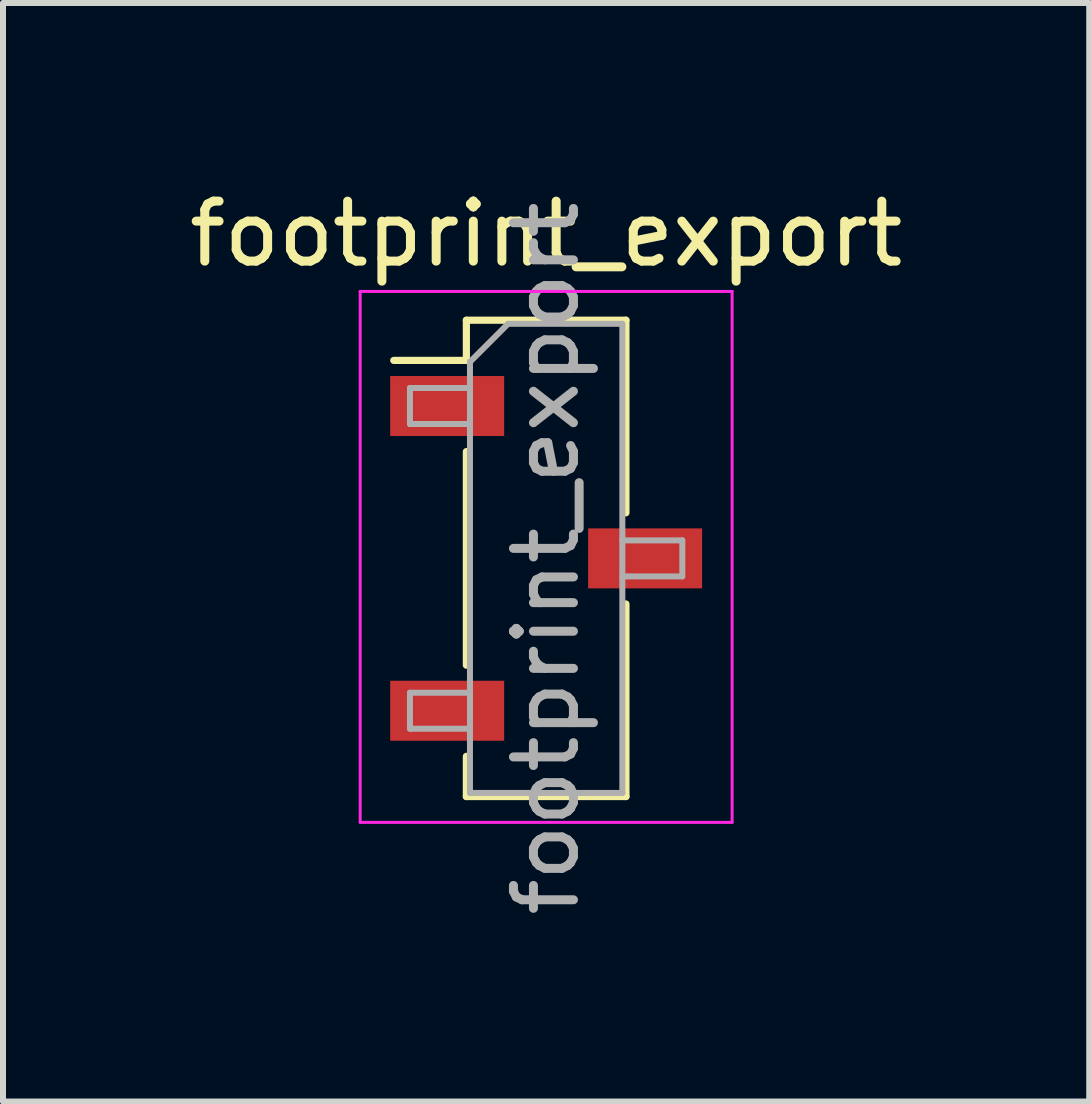
<source format=kicad_pcb>
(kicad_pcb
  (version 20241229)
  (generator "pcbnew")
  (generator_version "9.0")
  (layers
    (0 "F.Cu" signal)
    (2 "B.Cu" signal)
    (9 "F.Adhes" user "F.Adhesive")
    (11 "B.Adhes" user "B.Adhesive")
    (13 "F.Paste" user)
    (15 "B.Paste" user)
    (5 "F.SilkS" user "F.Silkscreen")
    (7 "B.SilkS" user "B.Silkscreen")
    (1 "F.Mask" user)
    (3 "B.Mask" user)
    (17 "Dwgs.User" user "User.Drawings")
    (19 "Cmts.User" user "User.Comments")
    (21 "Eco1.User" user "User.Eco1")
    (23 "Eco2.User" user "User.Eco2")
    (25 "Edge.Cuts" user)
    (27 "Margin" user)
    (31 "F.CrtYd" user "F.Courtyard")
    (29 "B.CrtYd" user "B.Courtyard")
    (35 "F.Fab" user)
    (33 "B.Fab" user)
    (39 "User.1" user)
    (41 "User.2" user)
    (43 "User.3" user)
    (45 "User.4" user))
  (footprint "footprint_export"
    (layer "F.Cu")
    (at 6.054 6.258)
    (property "Reference" "footprint_export" (at 0 -5.41 0) (layer "F.SilkS") (effects (font (size 1 1) (thickness 0.15))))
    (attr smd)
    (fp_line (start -2.54 -3.3) (end -1.33 -3.3) (stroke (width 0.12) (type solid)) (layer "F.SilkS"))
    (fp_line (start -1.33 -3.97) (end -1.33 -3.3) (stroke (width 0.12) (type solid)) (layer "F.SilkS"))
    (fp_line (start -1.33 -3.97) (end 1.33 -3.97) (stroke (width 0.12) (type solid)) (layer "F.SilkS"))
    (fp_line (start -1.33 -1.78) (end -1.33 1.78) (stroke (width 0.12) (type solid)) (layer "F.SilkS"))
    (fp_line (start -1.33 3.3) (end -1.33 3.97) (stroke (width 0.12) (type solid)) (layer "F.SilkS"))
    (fp_line (start -1.33 3.97) (end 1.33 3.97) (stroke (width 0.12) (type solid)) (layer "F.SilkS"))
    (fp_line (start 1.33 -3.97) (end 1.33 -0.76) (stroke (width 0.12) (type solid)) (layer "F.SilkS"))
    (fp_line (start 1.33 0.76) (end 1.33 3.97) (stroke (width 0.12) (type solid)) (layer "F.SilkS"))
    (fp_line (start -3.1 -4.45) (end 3.1 -4.45) (stroke (width 0.05) (type solid)) (layer "F.CrtYd"))
    (fp_line (start -3.1 4.4) (end -3.1 -4.45) (stroke (width 0.05) (type solid)) (layer "F.CrtYd"))
    (fp_line (start 3.1 -4.45) (end 3.1 4.4) (stroke (width 0.05) (type solid)) (layer "F.CrtYd"))
    (fp_line (start 3.1 4.4) (end -3.1 4.4) (stroke (width 0.05) (type solid)) (layer "F.CrtYd"))
    (fp_line (start -2.27 -2.84) (end -1.27 -2.84) (stroke (width 0.1) (type solid)) (layer "F.Fab"))
    (fp_line (start -2.27 -2.24) (end -2.27 -2.84) (stroke (width 0.1) (type solid)) (layer "F.Fab"))
    (fp_line (start -2.27 2.24) (end -1.27 2.24) (stroke (width 0.1) (type solid)) (layer "F.Fab"))
    (fp_line (start -2.27 2.84) (end -2.27 2.24) (stroke (width 0.1) (type solid)) (layer "F.Fab"))
    (fp_line (start -1.27 -3.275) (end -0.635 -3.91) (stroke (width 0.1) (type solid)) (layer "F.Fab"))
    (fp_line (start -1.27 -2.24) (end -2.27 -2.24) (stroke (width 0.1) (type solid)) (layer "F.Fab"))
    (fp_line (start -1.27 2.84) (end -2.27 2.84) (stroke (width 0.1) (type solid)) (layer "F.Fab"))
    (fp_line (start -1.27 3.91) (end -1.27 -3.275) (stroke (width 0.1) (type solid)) (layer "F.Fab"))
    (fp_line (start -0.635 -3.91) (end 1.27 -3.91) (stroke (width 0.1) (type solid)) (layer "F.Fab"))
    (fp_line (start 1.27 -3.91) (end 1.27 3.91) (stroke (width 0.1) (type solid)) (layer "F.Fab"))
    (fp_line (start 1.27 -0.3) (end 2.27 -0.3) (stroke (width 0.1) (type solid)) (layer "F.Fab"))
    (fp_line (start 1.27 3.91) (end -1.27 3.91) (stroke (width 0.1) (type solid)) (layer "F.Fab"))
    (fp_line (start 2.27 -0.3) (end 2.27 0.3) (stroke (width 0.1) (type solid)) (layer "F.Fab"))
    (fp_line (start 2.27 0.3) (end 1.27 0.3) (stroke (width 0.1) (type solid)) (layer "F.Fab"))
    (fp_text user "${REFERENCE}" (at 0 0 90) (layer "F.Fab") (effects (font (size 1 1) (thickness 0.15))))
    (pad "1" smd rect (at -1.65 -2.54) (size 1.9 1) (layers "F.Cu" "F.Mask" "F.Paste"))
    (pad "2" smd rect (at 1.65 0) (size 1.9 1) (layers "F.Cu" "F.Mask" "F.Paste"))
    (pad "3" smd rect (at -1.65 2.54) (size 1.9 1) (layers "F.Cu" "F.Mask" "F.Paste")))
  (gr_rect
    (start -3 -3)
    (end 15.107 15.312)
    (stroke (width 0.1) (type default))
    (fill no)
    (layer "Edge.Cuts")))
</source>
